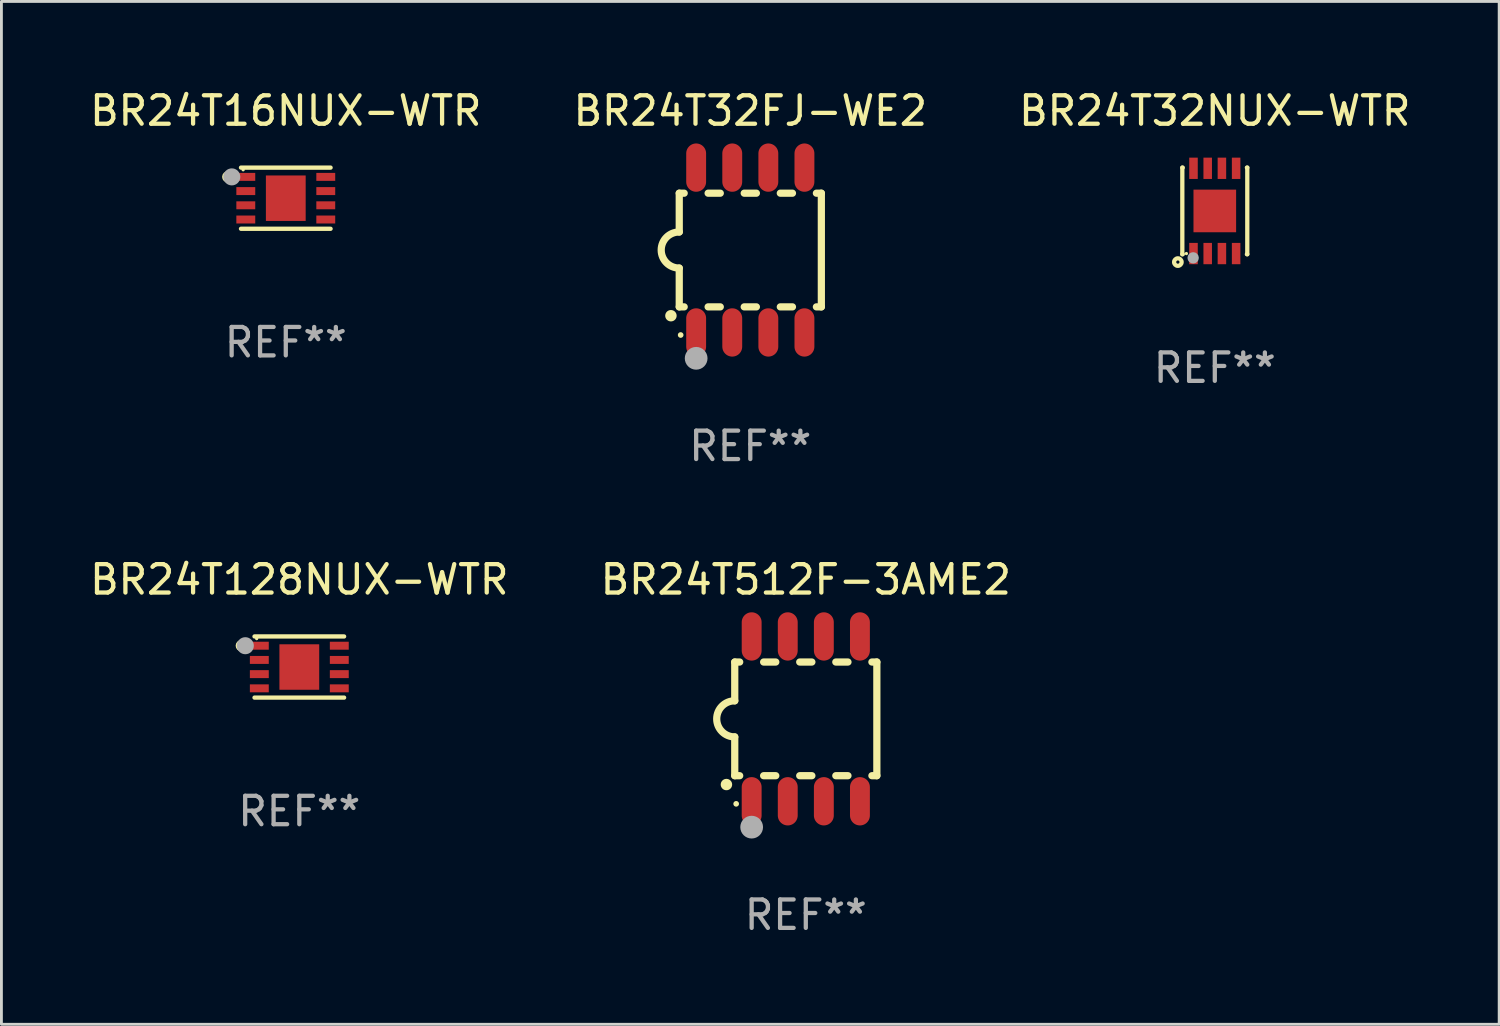
<source format=kicad_pcb>
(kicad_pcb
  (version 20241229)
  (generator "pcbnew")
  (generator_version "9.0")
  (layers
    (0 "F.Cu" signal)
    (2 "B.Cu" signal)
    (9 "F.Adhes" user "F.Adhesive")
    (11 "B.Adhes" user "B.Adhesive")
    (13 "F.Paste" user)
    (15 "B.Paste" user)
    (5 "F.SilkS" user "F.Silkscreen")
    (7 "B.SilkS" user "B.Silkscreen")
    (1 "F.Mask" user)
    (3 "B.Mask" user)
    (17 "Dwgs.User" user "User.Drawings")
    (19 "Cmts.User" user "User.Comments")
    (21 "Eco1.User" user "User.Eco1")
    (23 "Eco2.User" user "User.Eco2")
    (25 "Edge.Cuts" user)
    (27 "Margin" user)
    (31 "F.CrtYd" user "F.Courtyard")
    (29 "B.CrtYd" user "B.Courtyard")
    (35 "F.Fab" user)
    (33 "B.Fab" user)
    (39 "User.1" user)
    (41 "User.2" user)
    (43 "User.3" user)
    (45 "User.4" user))
  (footprint "BR24T32NUX-WTR"
    (layer "F.Cu")
    (at 39.696 4.372)
    (property "Reference" "BR24T32NUX-WTR" (at 0 -3.524 0) (layer "F.SilkS") (effects (font (size 1 1) (thickness 0.15))))
    (attr through_hole)
    (fp_line (start -1.143 -1.524) (end -1.143 1.524) (stroke (width 0.15) (type solid)) (layer "F.SilkS"))
    (fp_line (start -1.143 1.524) (end -1.129 1.524) (stroke (width 0.15) (type solid)) (layer "F.SilkS"))
    (fp_line (start -1.129 -1.524) (end -1.143 -1.524) (stroke (width 0.15) (type solid)) (layer "F.SilkS"))
    (fp_line (start 1.129 1.524) (end 1.143 1.524) (stroke (width 0.15) (type solid)) (layer "F.SilkS"))
    (fp_line (start 1.143 -1.524) (end 1.129 -1.524) (stroke (width 0.15) (type solid)) (layer "F.SilkS"))
    (fp_line (start 1.143 1.524) (end 1.143 -1.524) (stroke (width 0.15) (type solid)) (layer "F.SilkS"))
    (fp_circle (center -1.3 1.8) (end -1.243 1.8) (stroke (width 0.15) (type solid)) (fill no) (layer "F.SilkS"))
    (fp_circle (center -1 1.5) (end -0.97 1.5) (stroke (width 0.06) (type solid)) (fill no) (layer "F.SilkS"))
    (fp_circle (center -0.762 1.651) (end -0.662 1.651) (stroke (width 0.2) (type solid)) (fill no) (layer "F.Fab"))
    (fp_text user "REF**" (at 0 5.524 0) (layer "F.Fab") (effects (font (size 1 1) (thickness 0.15))))
    (pad "1" smd rect (at -0.75 1.5 90) (size 0.75 0.3) (layers "F.Cu" "F.Mask" "F.Paste"))
    (pad "2" smd rect (at -0.25 1.5 90) (size 0.75 0.3) (layers "F.Cu" "F.Mask" "F.Paste"))
    (pad "3" smd rect (at 0.25 1.5 90) (size 0.75 0.3) (layers "F.Cu" "F.Mask" "F.Paste"))
    (pad "4" smd rect (at 0.75 1.5 90) (size 0.75 0.3) (layers "F.Cu" "F.Mask" "F.Paste"))
    (pad "5" smd rect (at 0.75 -1.5 90) (size 0.75 0.3) (layers "F.Cu" "F.Mask" "F.Paste"))
    (pad "6" smd rect (at 0.25 -1.5 90) (size 0.75 0.3) (layers "F.Cu" "F.Mask" "F.Paste"))
    (pad "7" smd rect (at -0.25 -1.5 90) (size 0.75 0.3) (layers "F.Cu" "F.Mask" "F.Paste"))
    (pad "8" smd rect (at -0.75 -1.5 90) (size 0.75 0.3) (layers "F.Cu" "F.Mask" "F.Paste"))
    (pad "9" smd rect (at -0.000203 0.000457 90) (size 1.5 1.5) (layers "F.Cu" "F.Mask" "F.Paste")))
  (footprint "BR24T128NUX-WTR"
    (layer "F.Cu")
    (at 7.482 20.421)
    (property "Reference" "BR24T128NUX-WTR" (at 0 -3.076 0) (layer "F.SilkS") (effects (font (size 1 1) (thickness 0.15))))
    (attr through_hole)
    (fp_line (start -1.576 -1.076) (end 1.576 -1.076) (stroke (width 0.152) (type solid)) (layer "F.SilkS"))
    (fp_line (start 1.576 1.076) (end -1.576 1.076) (stroke (width 0.152) (type solid)) (layer "F.SilkS"))
    (fp_circle (center -2.04 -0.75) (end -1.94 -0.75) (stroke (width 0.2) (type solid)) (fill no) (layer "F.SilkS"))
    (fp_circle (center -1.5 -1) (end -1.47 -1) (stroke (width 0.06) (type solid)) (fill no) (layer "F.SilkS"))
    (fp_circle (center -1.9 -0.75) (end -1.75 -0.75) (stroke (width 0.3) (type solid)) (fill no) (layer "F.Fab"))
    (fp_text user "REF**" (at 0 5.076 0) (layer "F.Fab") (effects (font (size 1 1) (thickness 0.15))))
    (pad "1" smd rect (at -1.407 -0.75 270) (size 0.28 0.665) (layers "F.Cu" "F.Mask" "F.Paste"))
    (pad "2" smd rect (at -1.407 -0.25 270) (size 0.28 0.665) (layers "F.Cu" "F.Mask" "F.Paste"))
    (pad "3" smd rect (at -1.407 0.25 270) (size 0.28 0.665) (layers "F.Cu" "F.Mask" "F.Paste"))
    (pad "4" smd rect (at -1.407 0.75 270) (size 0.28 0.665) (layers "F.Cu" "F.Mask" "F.Paste"))
    (pad "5" smd rect (at 1.407 0.75 270) (size 0.28 0.665) (layers "F.Cu" "F.Mask" "F.Paste"))
    (pad "6" smd rect (at 1.407 0.25 270) (size 0.28 0.665) (layers "F.Cu" "F.Mask" "F.Paste"))
    (pad "7" smd rect (at 1.407 -0.25 270) (size 0.28 0.665) (layers "F.Cu" "F.Mask" "F.Paste"))
    (pad "8" smd rect (at 1.407 -0.75 270) (size 0.28 0.665) (layers "F.Cu" "F.Mask" "F.Paste"))
    (pad "9" smd rect (at 0 0 270) (size 1.6 1.4) (layers "F.Cu" "F.Mask" "F.Paste")))
  (footprint "BR24T16NUX-WTR"
    (layer "F.Cu")
    (at 7.006 3.924)
    (property "Reference" "BR24T16NUX-WTR" (at 0 -3.076 0) (layer "F.SilkS") (effects (font (size 1 1) (thickness 0.15))))
    (attr through_hole)
    (fp_line (start -1.576 -1.076) (end 1.576 -1.076) (stroke (width 0.152) (type solid)) (layer "F.SilkS"))
    (fp_line (start 1.576 1.076) (end -1.576 1.076) (stroke (width 0.152) (type solid)) (layer "F.SilkS"))
    (fp_circle (center -2.04 -0.75) (end -1.94 -0.75) (stroke (width 0.2) (type solid)) (fill no) (layer "F.SilkS"))
    (fp_circle (center -1.5 -1) (end -1.47 -1) (stroke (width 0.06) (type solid)) (fill no) (layer "F.SilkS"))
    (fp_circle (center -1.9 -0.75) (end -1.75 -0.75) (stroke (width 0.3) (type solid)) (fill no) (layer "F.Fab"))
    (fp_text user "REF**" (at 0 5.076 0) (layer "F.Fab") (effects (font (size 1 1) (thickness 0.15))))
    (pad "1" smd rect (at -1.407 -0.75 270) (size 0.28 0.665) (layers "F.Cu" "F.Mask" "F.Paste"))
    (pad "2" smd rect (at -1.407 -0.25 270) (size 0.28 0.665) (layers "F.Cu" "F.Mask" "F.Paste"))
    (pad "3" smd rect (at -1.407 0.25 270) (size 0.28 0.665) (layers "F.Cu" "F.Mask" "F.Paste"))
    (pad "4" smd rect (at -1.407 0.75 270) (size 0.28 0.665) (layers "F.Cu" "F.Mask" "F.Paste"))
    (pad "5" smd rect (at 1.407 0.75 270) (size 0.28 0.665) (layers "F.Cu" "F.Mask" "F.Paste"))
    (pad "6" smd rect (at 1.407 0.25 270) (size 0.28 0.665) (layers "F.Cu" "F.Mask" "F.Paste"))
    (pad "7" smd rect (at 1.407 -0.25 270) (size 0.28 0.665) (layers "F.Cu" "F.Mask" "F.Paste"))
    (pad "8" smd rect (at 1.407 -0.75 270) (size 0.28 0.665) (layers "F.Cu" "F.Mask" "F.Paste"))
    (pad "9" smd rect (at 0 0 270) (size 1.6 1.4) (layers "F.Cu" "F.Mask" "F.Paste")))
  (footprint "BR24T32FJ-WE2"
    (layer "F.Cu")
    (at 23.351 5.748)
    (property "Reference" "BR24T32FJ-WE2" (at 0 -4.9 0) (layer "F.SilkS") (effects (font (size 1 1) (thickness 0.15))))
    (attr through_hole)
    (fp_line (start -2.5 -2) (end -2.5 -0.635) (stroke (width 0.254) (type solid)) (layer "F.SilkS"))
    (fp_line (start -2.5 -2) (end -2.326 -2) (stroke (width 0.254) (type solid)) (layer "F.SilkS"))
    (fp_line (start -2.5 2) (end -2.5 0.635) (stroke (width 0.254) (type solid)) (layer "F.SilkS"))
    (fp_line (start -2.5 2) (end -2.326 2) (stroke (width 0.254) (type solid)) (layer "F.SilkS"))
    (fp_line (start -1.484 -2) (end -1.056 -2) (stroke (width 0.254) (type solid)) (layer "F.SilkS"))
    (fp_line (start -1.484 2) (end -1.056 2) (stroke (width 0.254) (type solid)) (layer "F.SilkS"))
    (fp_line (start -0.214 -2) (end 0.214 -2) (stroke (width 0.254) (type solid)) (layer "F.SilkS"))
    (fp_line (start -0.214 2) (end 0.214 2) (stroke (width 0.254) (type solid)) (layer "F.SilkS"))
    (fp_line (start 1.056 -2) (end 1.484 -2) (stroke (width 0.254) (type solid)) (layer "F.SilkS"))
    (fp_line (start 1.056 2) (end 1.484 2) (stroke (width 0.254) (type solid)) (layer "F.SilkS"))
    (fp_line (start 2.326 -2) (end 2.5 -2) (stroke (width 0.254) (type solid)) (layer "F.SilkS"))
    (fp_line (start 2.326 2) (end 2.5 2) (stroke (width 0.254) (type solid)) (layer "F.SilkS"))
    (fp_line (start 2.5 -2) (end 2.5 2) (stroke (width 0.254) (type solid)) (layer "F.SilkS"))
    (fp_arc (start -2.794006 2.311405) (mid -2.792736 2.311401) (end -2.791466 2.311405) (stroke (width 0.4) (type solid)) (layer "F.SilkS"))
    (fp_arc (start -2.5 0.635001) (mid -3.134366 -0.000318) (end -2.499365 -0.635001) (stroke (width 0.254001) (type solid)) (layer "F.SilkS"))
    (fp_circle (center -2.45 2.99) (end -2.4 2.99) (stroke (width 0.1) (type solid)) (fill no) (layer "F.SilkS"))
    (fp_circle (center -1.905 3.81) (end -1.705 3.81) (stroke (width 0.4) (type solid)) (fill no) (layer "F.Fab"))
    (fp_text user "REF**" (at 0 6.9 0) (layer "F.Fab") (effects (font (size 1 1) (thickness 0.15))))
    (pad "1" smd oval (at -1.905 2.9 180) (size 0.7 1.7) (layers "F.Cu" "F.Mask" "F.Paste"))
    (pad "2" smd oval (at -0.635 2.9 180) (size 0.7 1.7) (layers "F.Cu" "F.Mask" "F.Paste"))
    (pad "3" smd oval (at 0.635 2.9 180) (size 0.7 1.7) (layers "F.Cu" "F.Mask" "F.Paste"))
    (pad "4" smd oval (at 1.905 2.9 180) (size 0.7 1.7) (layers "F.Cu" "F.Mask" "F.Paste"))
    (pad "5" smd oval (at 1.905 -2.9 180) (size 0.7 1.7) (layers "F.Cu" "F.Mask" "F.Paste"))
    (pad "6" smd oval (at 0.635 -2.9 180) (size 0.7 1.7) (layers "F.Cu" "F.Mask" "F.Paste"))
    (pad "7" smd oval (at -0.635 -2.9 180) (size 0.7 1.7) (layers "F.Cu" "F.Mask" "F.Paste"))
    (pad "8" smd oval (at -1.905 -2.9 180) (size 0.7 1.7) (layers "F.Cu" "F.Mask" "F.Paste")))
  (footprint "BR24T512F-3AME2"
    (layer "F.Cu")
    (at 25.304 22.245)
    (property "Reference" "BR24T512F-3AME2" (at 0 -4.9 0) (layer "F.SilkS") (effects (font (size 1 1) (thickness 0.15))))
    (attr through_hole)
    (fp_line (start -2.5 -2) (end -2.5 -0.635) (stroke (width 0.254) (type solid)) (layer "F.SilkS"))
    (fp_line (start -2.5 -2) (end -2.326 -2) (stroke (width 0.254) (type solid)) (layer "F.SilkS"))
    (fp_line (start -2.5 2) (end -2.5 0.635) (stroke (width 0.254) (type solid)) (layer "F.SilkS"))
    (fp_line (start -2.5 2) (end -2.326 2) (stroke (width 0.254) (type solid)) (layer "F.SilkS"))
    (fp_line (start -1.484 -2) (end -1.056 -2) (stroke (width 0.254) (type solid)) (layer "F.SilkS"))
    (fp_line (start -1.484 2) (end -1.056 2) (stroke (width 0.254) (type solid)) (layer "F.SilkS"))
    (fp_line (start -0.214 -2) (end 0.214 -2) (stroke (width 0.254) (type solid)) (layer "F.SilkS"))
    (fp_line (start -0.214 2) (end 0.214 2) (stroke (width 0.254) (type solid)) (layer "F.SilkS"))
    (fp_line (start 1.056 -2) (end 1.484 -2) (stroke (width 0.254) (type solid)) (layer "F.SilkS"))
    (fp_line (start 1.056 2) (end 1.484 2) (stroke (width 0.254) (type solid)) (layer "F.SilkS"))
    (fp_line (start 2.326 -2) (end 2.5 -2) (stroke (width 0.254) (type solid)) (layer "F.SilkS"))
    (fp_line (start 2.326 2) (end 2.5 2) (stroke (width 0.254) (type solid)) (layer "F.SilkS"))
    (fp_line (start 2.5 -2) (end 2.5 2) (stroke (width 0.254) (type solid)) (layer "F.SilkS"))
    (fp_arc (start -2.794006 2.311405) (mid -2.792736 2.311401) (end -2.791466 2.311405) (stroke (width 0.4) (type solid)) (layer "F.SilkS"))
    (fp_arc (start -2.5 0.635001) (mid -3.134366 -0.000318) (end -2.499365 -0.635001) (stroke (width 0.254001) (type solid)) (layer "F.SilkS"))
    (fp_circle (center -2.45 2.99) (end -2.4 2.99) (stroke (width 0.1) (type solid)) (fill no) (layer "F.SilkS"))
    (fp_circle (center -1.905 3.81) (end -1.705 3.81) (stroke (width 0.4) (type solid)) (fill no) (layer "F.Fab"))
    (fp_text user "REF**" (at 0 6.9 0) (layer "F.Fab") (effects (font (size 1 1) (thickness 0.15))))
    (pad "1" smd oval (at -1.905 2.9 180) (size 0.7 1.7) (layers "F.Cu" "F.Mask" "F.Paste"))
    (pad "2" smd oval (at -0.635 2.9 180) (size 0.7 1.7) (layers "F.Cu" "F.Mask" "F.Paste"))
    (pad "3" smd oval (at 0.635 2.9 180) (size 0.7 1.7) (layers "F.Cu" "F.Mask" "F.Paste"))
    (pad "4" smd oval (at 1.905 2.9 180) (size 0.7 1.7) (layers "F.Cu" "F.Mask" "F.Paste"))
    (pad "5" smd oval (at 1.905 -2.9 180) (size 0.7 1.7) (layers "F.Cu" "F.Mask" "F.Paste"))
    (pad "6" smd oval (at 0.635 -2.9 180) (size 0.7 1.7) (layers "F.Cu" "F.Mask" "F.Paste"))
    (pad "7" smd oval (at -0.635 -2.9 180) (size 0.7 1.7) (layers "F.Cu" "F.Mask" "F.Paste"))
    (pad "8" smd oval (at -1.905 -2.9 180) (size 0.7 1.7) (layers "F.Cu" "F.Mask" "F.Paste")))
  (gr_rect
    (start -3 -3)
    (end 49.702 32.993)
    (stroke (width 0.1) (type default))
    (fill no)
    (layer "Edge.Cuts")))
</source>
